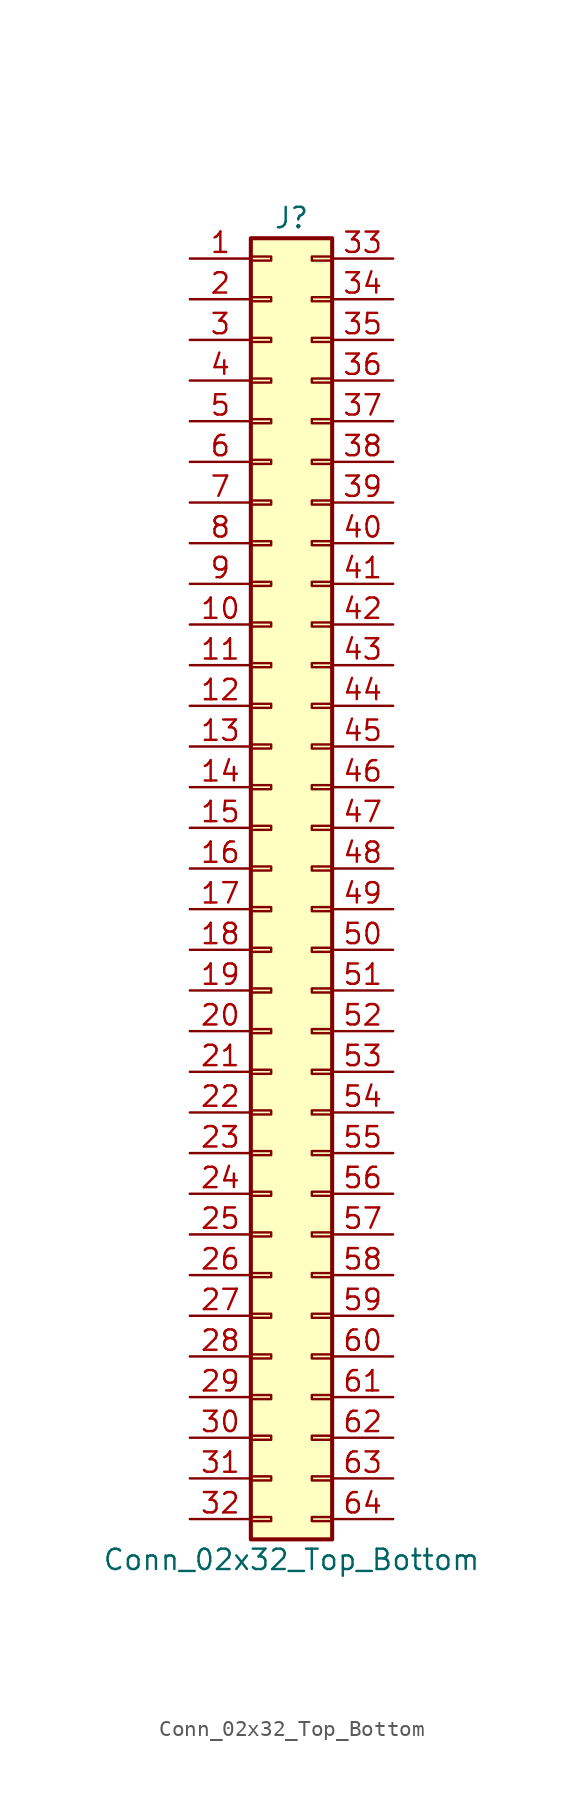
<source format=kicad_sym>
(kicad_symbol_lib
  (version 20220914)
  (generator kicad_symbol_editor)
  (symbol "Conn_02x32_Top_Bottom"
    (pin_names
      (offset 1.016) hide)
    (property "Reference" "J"
      (at 1.27 40.64 0)
      (effects (font (size 1.27 1.27))))
    (property "Value" "Conn_02x32_Top_Bottom"
      (at 1.27 -43.18 0)
      (effects (font (size 1.27 1.27))))
    (symbol "Conn_02x32_Top_Bottom_1_1"
      (rectangle (start -1.27 -40.513) (end 0 -40.767) (stroke (width 0.152) (type solid)) (fill (type none)))
      (rectangle (start -1.27 -37.973) (end 0 -38.227) (stroke (width 0.152) (type solid)) (fill (type none)))
      (rectangle (start -1.27 -35.433) (end 0 -35.687) (stroke (width 0.152) (type solid)) (fill (type none)))
      (rectangle (start -1.27 -32.893) (end 0 -33.147) (stroke (width 0.152) (type solid)) (fill (type none)))
      (rectangle (start -1.27 -30.353) (end 0 -30.607) (stroke (width 0.152) (type solid)) (fill (type none)))
      (rectangle (start -1.27 -27.813) (end 0 -28.067) (stroke (width 0.152) (type solid)) (fill (type none)))
      (rectangle (start -1.27 -25.273) (end 0 -25.527) (stroke (width 0.152) (type solid)) (fill (type none)))
      (rectangle (start -1.27 -22.733) (end 0 -22.987) (stroke (width 0.152) (type solid)) (fill (type none)))
      (rectangle (start -1.27 -20.193) (end 0 -20.447) (stroke (width 0.152) (type solid)) (fill (type none)))
      (rectangle (start -1.27 -17.653) (end 0 -17.907) (stroke (width 0.152) (type solid)) (fill (type none)))
      (rectangle (start -1.27 -15.113) (end 0 -15.367) (stroke (width 0.152) (type solid)) (fill (type none)))
      (rectangle (start -1.27 -12.573) (end 0 -12.827) (stroke (width 0.152) (type solid)) (fill (type none)))
      (rectangle (start -1.27 -10.033) (end 0 -10.287) (stroke (width 0.152) (type solid)) (fill (type none)))
      (rectangle (start -1.27 -7.493) (end 0 -7.747) (stroke (width 0.152) (type solid)) (fill (type none)))
      (rectangle (start -1.27 -4.953) (end 0 -5.207) (stroke (width 0.152) (type solid)) (fill (type none)))
      (rectangle (start -1.27 -2.413) (end 0 -2.667) (stroke (width 0.152) (type solid)) (fill (type none)))
      (rectangle (start -1.27 0.127) (end 0 -0.127) (stroke (width 0.152) (type solid)) (fill (type none)))
      (rectangle (start -1.27 2.667) (end 0 2.413) (stroke (width 0.152) (type solid)) (fill (type none)))
      (rectangle (start -1.27 5.207) (end 0 4.953) (stroke (width 0.152) (type solid)) (fill (type none)))
      (rectangle (start -1.27 7.747) (end 0 7.493) (stroke (width 0.152) (type solid)) (fill (type none)))
      (rectangle (start -1.27 10.287) (end 0 10.033) (stroke (width 0.152) (type solid)) (fill (type none)))
      (rectangle (start -1.27 12.827) (end 0 12.573) (stroke (width 0.152) (type solid)) (fill (type none)))
      (rectangle (start -1.27 15.367) (end 0 15.113) (stroke (width 0.152) (type solid)) (fill (type none)))
      (rectangle (start -1.27 17.907) (end 0 17.653) (stroke (width 0.152) (type solid)) (fill (type none)))
      (rectangle (start -1.27 20.447) (end 0 20.193) (stroke (width 0.152) (type solid)) (fill (type none)))
      (rectangle (start -1.27 22.987) (end 0 22.733) (stroke (width 0.152) (type solid)) (fill (type none)))
      (rectangle (start -1.27 25.527) (end 0 25.273) (stroke (width 0.152) (type solid)) (fill (type none)))
      (rectangle (start -1.27 28.067) (end 0 27.813) (stroke (width 0.152) (type solid)) (fill (type none)))
      (rectangle (start -1.27 30.607) (end 0 30.353) (stroke (width 0.152) (type solid)) (fill (type none)))
      (rectangle (start -1.27 33.147) (end 0 32.893) (stroke (width 0.152) (type solid)) (fill (type none)))
      (rectangle (start -1.27 35.687) (end 0 35.433) (stroke (width 0.152) (type solid)) (fill (type none)))
      (rectangle (start -1.27 38.227) (end 0 37.973) (stroke (width 0.152) (type solid)) (fill (type none)))
      (rectangle (start -1.27 39.37) (end 3.81 -41.91) (stroke (width 0.254) (type solid)) (fill (type background)))
      (rectangle (start 3.81 -40.513) (end 2.54 -40.767) (stroke (width 0.152) (type solid)) (fill (type none)))
      (rectangle (start 3.81 -37.973) (end 2.54 -38.227) (stroke (width 0.152) (type solid)) (fill (type none)))
      (rectangle (start 3.81 -35.433) (end 2.54 -35.687) (stroke (width 0.152) (type solid)) (fill (type none)))
      (rectangle (start 3.81 -32.893) (end 2.54 -33.147) (stroke (width 0.152) (type solid)) (fill (type none)))
      (rectangle (start 3.81 -30.353) (end 2.54 -30.607) (stroke (width 0.152) (type solid)) (fill (type none)))
      (rectangle (start 3.81 -27.813) (end 2.54 -28.067) (stroke (width 0.152) (type solid)) (fill (type none)))
      (rectangle (start 3.81 -25.273) (end 2.54 -25.527) (stroke (width 0.152) (type solid)) (fill (type none)))
      (rectangle (start 3.81 -22.733) (end 2.54 -22.987) (stroke (width 0.152) (type solid)) (fill (type none)))
      (rectangle (start 3.81 -20.193) (end 2.54 -20.447) (stroke (width 0.152) (type solid)) (fill (type none)))
      (rectangle (start 3.81 -17.653) (end 2.54 -17.907) (stroke (width 0.152) (type solid)) (fill (type none)))
      (rectangle (start 3.81 -15.113) (end 2.54 -15.367) (stroke (width 0.152) (type solid)) (fill (type none)))
      (rectangle (start 3.81 -12.573) (end 2.54 -12.827) (stroke (width 0.152) (type solid)) (fill (type none)))
      (rectangle (start 3.81 -10.033) (end 2.54 -10.287) (stroke (width 0.152) (type solid)) (fill (type none)))
      (rectangle (start 3.81 -7.493) (end 2.54 -7.747) (stroke (width 0.152) (type solid)) (fill (type none)))
      (rectangle (start 3.81 -4.953) (end 2.54 -5.207) (stroke (width 0.152) (type solid)) (fill (type none)))
      (rectangle (start 3.81 -2.413) (end 2.54 -2.667) (stroke (width 0.152) (type solid)) (fill (type none)))
      (rectangle (start 3.81 0.127) (end 2.54 -0.127) (stroke (width 0.152) (type solid)) (fill (type none)))
      (rectangle (start 3.81 2.667) (end 2.54 2.413) (stroke (width 0.152) (type solid)) (fill (type none)))
      (rectangle (start 3.81 5.207) (end 2.54 4.953) (stroke (width 0.152) (type solid)) (fill (type none)))
      (rectangle (start 3.81 7.747) (end 2.54 7.493) (stroke (width 0.152) (type solid)) (fill (type none)))
      (rectangle (start 3.81 10.287) (end 2.54 10.033) (stroke (width 0.152) (type solid)) (fill (type none)))
      (rectangle (start 3.81 12.827) (end 2.54 12.573) (stroke (width 0.152) (type solid)) (fill (type none)))
      (rectangle (start 3.81 15.367) (end 2.54 15.113) (stroke (width 0.152) (type solid)) (fill (type none)))
      (rectangle (start 3.81 17.907) (end 2.54 17.653) (stroke (width 0.152) (type solid)) (fill (type none)))
      (rectangle (start 3.81 20.447) (end 2.54 20.193) (stroke (width 0.152) (type solid)) (fill (type none)))
      (rectangle (start 3.81 22.987) (end 2.54 22.733) (stroke (width 0.152) (type solid)) (fill (type none)))
      (rectangle (start 3.81 25.527) (end 2.54 25.273) (stroke (width 0.152) (type solid)) (fill (type none)))
      (rectangle (start 3.81 28.067) (end 2.54 27.813) (stroke (width 0.152) (type solid)) (fill (type none)))
      (rectangle (start 3.81 30.607) (end 2.54 30.353) (stroke (width 0.152) (type solid)) (fill (type none)))
      (rectangle (start 3.81 33.147) (end 2.54 32.893) (stroke (width 0.152) (type solid)) (fill (type none)))
      (rectangle (start 3.81 35.687) (end 2.54 35.433) (stroke (width 0.152) (type solid)) (fill (type none)))
      (rectangle (start 3.81 38.227) (end 2.54 37.973) (stroke (width 0.152) (type solid)) (fill (type none)))
      (pin passive line (at -5.08 38.1 0) (length 3.81) (name "Pin_1" (effects (font (size 1.27 1.27)))) (number "1" (effects (font (size 1.27 1.27)))))
      (pin passive line (at -5.08 15.24 0) (length 3.81) (name "Pin_10" (effects (font (size 1.27 1.27)))) (number "10" (effects (font (size 1.27 1.27)))))
      (pin passive line (at -5.08 12.7 0) (length 3.81) (name "Pin_11" (effects (font (size 1.27 1.27)))) (number "11" (effects (font (size 1.27 1.27)))))
      (pin passive line (at -5.08 10.16 0) (length 3.81) (name "Pin_12" (effects (font (size 1.27 1.27)))) (number "12" (effects (font (size 1.27 1.27)))))
      (pin passive line (at -5.08 7.62 0) (length 3.81) (name "Pin_13" (effects (font (size 1.27 1.27)))) (number "13" (effects (font (size 1.27 1.27)))))
      (pin passive line (at -5.08 5.08 0) (length 3.81) (name "Pin_14" (effects (font (size 1.27 1.27)))) (number "14" (effects (font (size 1.27 1.27)))))
      (pin passive line (at -5.08 2.54 0) (length 3.81) (name "Pin_15" (effects (font (size 1.27 1.27)))) (number "15" (effects (font (size 1.27 1.27)))))
      (pin passive line (at -5.08 0 0) (length 3.81) (name "Pin_16" (effects (font (size 1.27 1.27)))) (number "16" (effects (font (size 1.27 1.27)))))
      (pin passive line (at -5.08 -2.54 0) (length 3.81) (name "Pin_17" (effects (font (size 1.27 1.27)))) (number "17" (effects (font (size 1.27 1.27)))))
      (pin passive line (at -5.08 -5.08 0) (length 3.81) (name "Pin_18" (effects (font (size 1.27 1.27)))) (number "18" (effects (font (size 1.27 1.27)))))
      (pin passive line (at -5.08 -7.62 0) (length 3.81) (name "Pin_19" (effects (font (size 1.27 1.27)))) (number "19" (effects (font (size 1.27 1.27)))))
      (pin passive line (at -5.08 35.56 0) (length 3.81) (name "Pin_2" (effects (font (size 1.27 1.27)))) (number "2" (effects (font (size 1.27 1.27)))))
      (pin passive line (at -5.08 -10.16 0) (length 3.81) (name "Pin_20" (effects (font (size 1.27 1.27)))) (number "20" (effects (font (size 1.27 1.27)))))
      (pin passive line (at -5.08 -12.7 0) (length 3.81) (name "Pin_21" (effects (font (size 1.27 1.27)))) (number "21" (effects (font (size 1.27 1.27)))))
      (pin passive line (at -5.08 -15.24 0) (length 3.81) (name "Pin_22" (effects (font (size 1.27 1.27)))) (number "22" (effects (font (size 1.27 1.27)))))
      (pin passive line (at -5.08 -17.78 0) (length 3.81) (name "Pin_23" (effects (font (size 1.27 1.27)))) (number "23" (effects (font (size 1.27 1.27)))))
      (pin passive line (at -5.08 -20.32 0) (length 3.81) (name "Pin_24" (effects (font (size 1.27 1.27)))) (number "24" (effects (font (size 1.27 1.27)))))
      (pin passive line (at -5.08 -22.86 0) (length 3.81) (name "Pin_25" (effects (font (size 1.27 1.27)))) (number "25" (effects (font (size 1.27 1.27)))))
      (pin passive line (at -5.08 -25.4 0) (length 3.81) (name "Pin_26" (effects (font (size 1.27 1.27)))) (number "26" (effects (font (size 1.27 1.27)))))
      (pin passive line (at -5.08 -27.94 0) (length 3.81) (name "Pin_27" (effects (font (size 1.27 1.27)))) (number "27" (effects (font (size 1.27 1.27)))))
      (pin passive line (at -5.08 -30.48 0) (length 3.81) (name "Pin_28" (effects (font (size 1.27 1.27)))) (number "28" (effects (font (size 1.27 1.27)))))
      (pin passive line (at -5.08 -33.02 0) (length 3.81) (name "Pin_29" (effects (font (size 1.27 1.27)))) (number "29" (effects (font (size 1.27 1.27)))))
      (pin passive line (at -5.08 33.02 0) (length 3.81) (name "Pin_3" (effects (font (size 1.27 1.27)))) (number "3" (effects (font (size 1.27 1.27)))))
      (pin passive line (at -5.08 -35.56 0) (length 3.81) (name "Pin_30" (effects (font (size 1.27 1.27)))) (number "30" (effects (font (size 1.27 1.27)))))
      (pin passive line (at -5.08 -38.1 0) (length 3.81) (name "Pin_31" (effects (font (size 1.27 1.27)))) (number "31" (effects (font (size 1.27 1.27)))))
      (pin passive line (at -5.08 -40.64 0) (length 3.81) (name "Pin_32" (effects (font (size 1.27 1.27)))) (number "32" (effects (font (size 1.27 1.27)))))
      (pin passive line (at 7.62 38.1 180) (length 3.81) (name "Pin_33" (effects (font (size 1.27 1.27)))) (number "33" (effects (font (size 1.27 1.27)))))
      (pin passive line (at 7.62 35.56 180) (length 3.81) (name "Pin_34" (effects (font (size 1.27 1.27)))) (number "34" (effects (font (size 1.27 1.27)))))
      (pin passive line (at 7.62 33.02 180) (length 3.81) (name "Pin_35" (effects (font (size 1.27 1.27)))) (number "35" (effects (font (size 1.27 1.27)))))
      (pin passive line (at 7.62 30.48 180) (length 3.81) (name "Pin_36" (effects (font (size 1.27 1.27)))) (number "36" (effects (font (size 1.27 1.27)))))
      (pin passive line (at 7.62 27.94 180) (length 3.81) (name "Pin_37" (effects (font (size 1.27 1.27)))) (number "37" (effects (font (size 1.27 1.27)))))
      (pin passive line (at 7.62 25.4 180) (length 3.81) (name "Pin_38" (effects (font (size 1.27 1.27)))) (number "38" (effects (font (size 1.27 1.27)))))
      (pin passive line (at 7.62 22.86 180) (length 3.81) (name "Pin_39" (effects (font (size 1.27 1.27)))) (number "39" (effects (font (size 1.27 1.27)))))
      (pin passive line (at -5.08 30.48 0) (length 3.81) (name "Pin_4" (effects (font (size 1.27 1.27)))) (number "4" (effects (font (size 1.27 1.27)))))
      (pin passive line (at 7.62 20.32 180) (length 3.81) (name "Pin_40" (effects (font (size 1.27 1.27)))) (number "40" (effects (font (size 1.27 1.27)))))
      (pin passive line (at 7.62 17.78 180) (length 3.81) (name "Pin_41" (effects (font (size 1.27 1.27)))) (number "41" (effects (font (size 1.27 1.27)))))
      (pin passive line (at 7.62 15.24 180) (length 3.81) (name "Pin_42" (effects (font (size 1.27 1.27)))) (number "42" (effects (font (size 1.27 1.27)))))
      (pin passive line (at 7.62 12.7 180) (length 3.81) (name "Pin_43" (effects (font (size 1.27 1.27)))) (number "43" (effects (font (size 1.27 1.27)))))
      (pin passive line (at 7.62 10.16 180) (length 3.81) (name "Pin_44" (effects (font (size 1.27 1.27)))) (number "44" (effects (font (size 1.27 1.27)))))
      (pin passive line (at 7.62 7.62 180) (length 3.81) (name "Pin_45" (effects (font (size 1.27 1.27)))) (number "45" (effects (font (size 1.27 1.27)))))
      (pin passive line (at 7.62 5.08 180) (length 3.81) (name "Pin_46" (effects (font (size 1.27 1.27)))) (number "46" (effects (font (size 1.27 1.27)))))
      (pin passive line (at 7.62 2.54 180) (length 3.81) (name "Pin_47" (effects (font (size 1.27 1.27)))) (number "47" (effects (font (size 1.27 1.27)))))
      (pin passive line (at 7.62 0 180) (length 3.81) (name "Pin_48" (effects (font (size 1.27 1.27)))) (number "48" (effects (font (size 1.27 1.27)))))
      (pin passive line (at 7.62 -2.54 180) (length 3.81) (name "Pin_49" (effects (font (size 1.27 1.27)))) (number "49" (effects (font (size 1.27 1.27)))))
      (pin passive line (at -5.08 27.94 0) (length 3.81) (name "Pin_5" (effects (font (size 1.27 1.27)))) (number "5" (effects (font (size 1.27 1.27)))))
      (pin passive line (at 7.62 -5.08 180) (length 3.81) (name "Pin_50" (effects (font (size 1.27 1.27)))) (number "50" (effects (font (size 1.27 1.27)))))
      (pin passive line (at 7.62 -7.62 180) (length 3.81) (name "Pin_51" (effects (font (size 1.27 1.27)))) (number "51" (effects (font (size 1.27 1.27)))))
      (pin passive line (at 7.62 -10.16 180) (length 3.81) (name "Pin_52" (effects (font (size 1.27 1.27)))) (number "52" (effects (font (size 1.27 1.27)))))
      (pin passive line (at 7.62 -12.7 180) (length 3.81) (name "Pin_53" (effects (font (size 1.27 1.27)))) (number "53" (effects (font (size 1.27 1.27)))))
      (pin passive line (at 7.62 -15.24 180) (length 3.81) (name "Pin_54" (effects (font (size 1.27 1.27)))) (number "54" (effects (font (size 1.27 1.27)))))
      (pin passive line (at 7.62 -17.78 180) (length 3.81) (name "Pin_55" (effects (font (size 1.27 1.27)))) (number "55" (effects (font (size 1.27 1.27)))))
      (pin passive line (at 7.62 -20.32 180) (length 3.81) (name "Pin_56" (effects (font (size 1.27 1.27)))) (number "56" (effects (font (size 1.27 1.27)))))
      (pin passive line (at 7.62 -22.86 180) (length 3.81) (name "Pin_57" (effects (font (size 1.27 1.27)))) (number "57" (effects (font (size 1.27 1.27)))))
      (pin passive line (at 7.62 -25.4 180) (length 3.81) (name "Pin_58" (effects (font (size 1.27 1.27)))) (number "58" (effects (font (size 1.27 1.27)))))
      (pin passive line (at 7.62 -27.94 180) (length 3.81) (name "Pin_59" (effects (font (size 1.27 1.27)))) (number "59" (effects (font (size 1.27 1.27)))))
      (pin passive line (at -5.08 25.4 0) (length 3.81) (name "Pin_6" (effects (font (size 1.27 1.27)))) (number "6" (effects (font (size 1.27 1.27)))))
      (pin passive line (at 7.62 -30.48 180) (length 3.81) (name "Pin_60" (effects (font (size 1.27 1.27)))) (number "60" (effects (font (size 1.27 1.27)))))
      (pin passive line (at 7.62 -33.02 180) (length 3.81) (name "Pin_61" (effects (font (size 1.27 1.27)))) (number "61" (effects (font (size 1.27 1.27)))))
      (pin passive line (at 7.62 -35.56 180) (length 3.81) (name "Pin_62" (effects (font (size 1.27 1.27)))) (number "62" (effects (font (size 1.27 1.27)))))
      (pin passive line (at 7.62 -38.1 180) (length 3.81) (name "Pin_63" (effects (font (size 1.27 1.27)))) (number "63" (effects (font (size 1.27 1.27)))))
      (pin passive line (at 7.62 -40.64 180) (length 3.81) (name "Pin_64" (effects (font (size 1.27 1.27)))) (number "64" (effects (font (size 1.27 1.27)))))
      (pin passive line (at -5.08 22.86 0) (length 3.81) (name "Pin_7" (effects (font (size 1.27 1.27)))) (number "7" (effects (font (size 1.27 1.27)))))
      (pin passive line (at -5.08 20.32 0) (length 3.81) (name "Pin_8" (effects (font (size 1.27 1.27)))) (number "8" (effects (font (size 1.27 1.27)))))
      (pin passive line (at -5.08 17.78 0) (length 3.81) (name "Pin_9" (effects (font (size 1.27 1.27)))) (number "9" (effects (font (size 1.27 1.27))))))))
</source>
